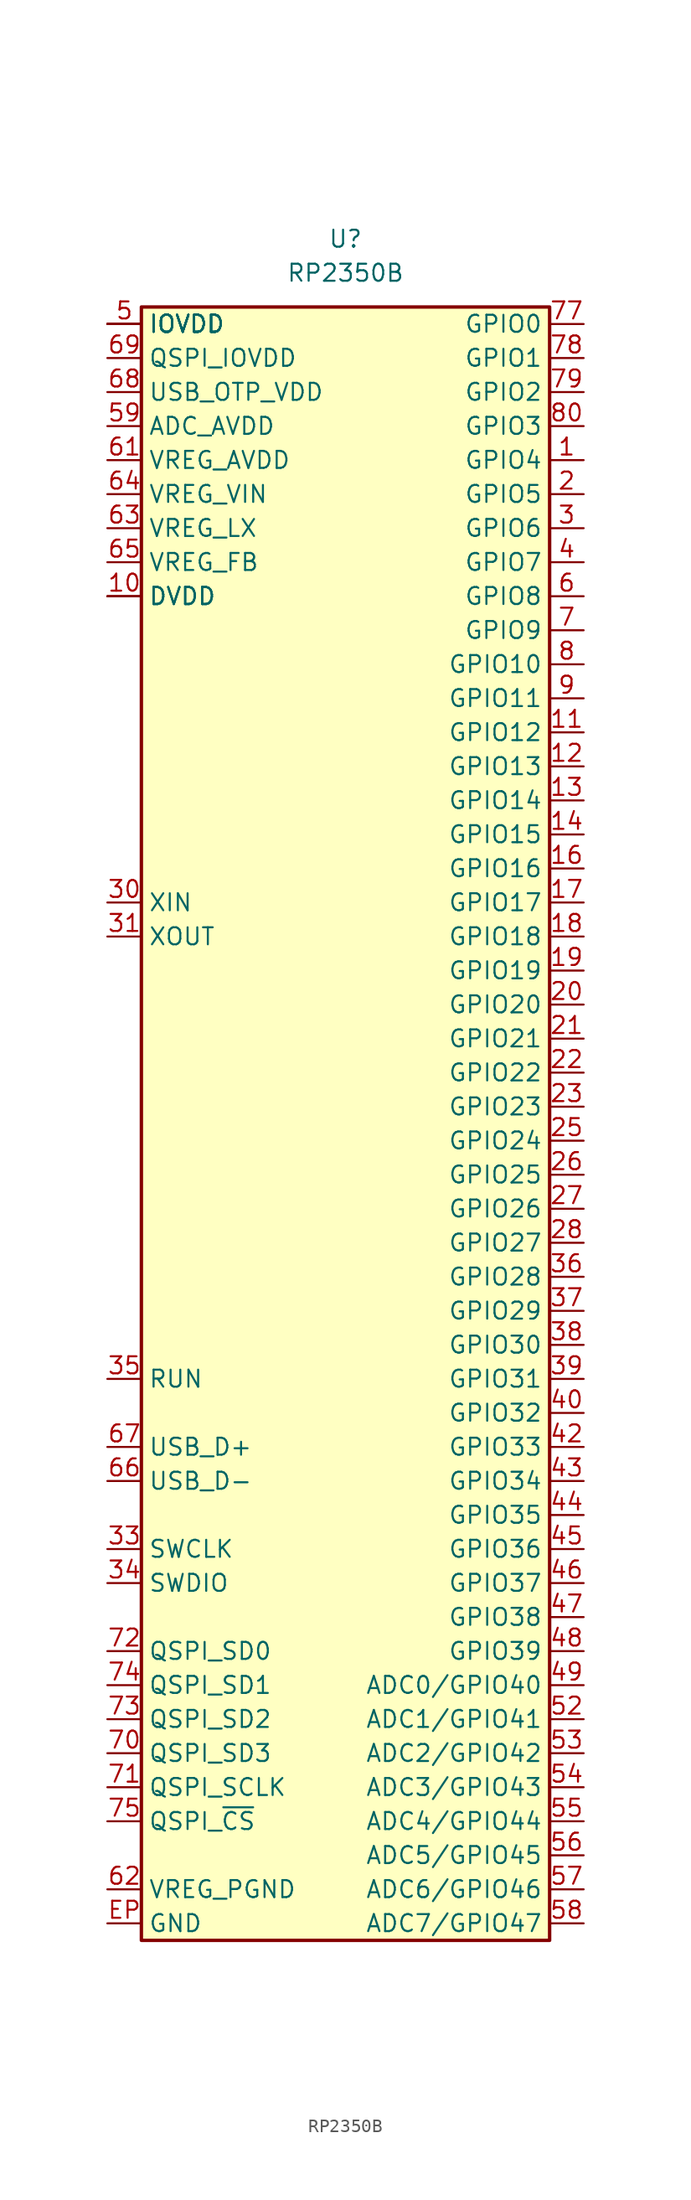
<source format=kicad_sym>
(kicad_symbol_lib
  (version 20241209)
  (generator "kicad_symbol_editor")
  (generator_version "9.0")
  (symbol "RP2350B"
    (property "Reference" "U"
      (at 0 66.04 0)
      (effects (font (size 1.27 1.27))))
    (property "Value" "RP2350B"
      (at 0 63.5 0)
      (effects (font (size 1.27 1.27))))
    (symbol "RP2350B_1_0"
      (pin power_in line (at -17.78 59.69 0) (length 2.54) (name "IOVDD" (effects (font (size 1.27 1.27)))) (number "15" (effects (font (size 0 0)))))
      (pin power_in line (at -17.78 59.69 0) (length 2.54) (name "IOVDD" (effects (font (size 1.27 1.27)))) (number "24" (effects (font (size 0 0)))))
      (pin power_in line (at -17.78 59.69 0) (length 2.54) (name "IOVDD" (effects (font (size 1.27 1.27)))) (number "29" (effects (font (size 0 0)))))
      (pin power_in line (at -17.78 59.69 0) (length 2.54) (name "IOVDD" (effects (font (size 1.27 1.27)))) (number "41" (effects (font (size 0 0)))))
      (pin power_in line (at -17.78 59.69 0) (length 2.54) (name "IOVDD" (effects (font (size 1.27 1.27)))) (number "5" (effects (font (size 1.27 1.27)))))
      (pin power_in line (at -17.78 59.69 0) (length 2.54) (name "IOVDD" (effects (font (size 1.27 1.27)))) (number "50" (effects (font (size 0 0)))))
      (pin power_in line (at -17.78 59.69 0) (length 2.54) (hide yes) (name "IOVDD" (effects (font (size 1.27 1.27)))) (number "60" (effects (font (size 1.27 1.27)))))
      (pin power_in line (at -17.78 59.69 0) (length 2.54) (hide yes) (name "IOVDD" (effects (font (size 1.27 1.27)))) (number "76" (effects (font (size 1.27 1.27)))))
      (pin power_in line (at -17.78 57.15 0) (length 2.54) (name "QSPI_IOVDD" (effects (font (size 1.27 1.27)))) (number "69" (effects (font (size 1.27 1.27)))))
      (pin power_in line (at -17.78 54.61 0) (length 2.54) (name "USB_OTP_VDD" (effects (font (size 1.27 1.27)))) (number "68" (effects (font (size 1.27 1.27)))))
      (pin power_in line (at -17.78 52.07 0) (length 2.54) (name "ADC_AVDD" (effects (font (size 1.27 1.27)))) (number "59" (effects (font (size 1.27 1.27)))))
      (pin power_in line (at -17.78 49.53 0) (length 2.54) (name "VREG_AVDD" (effects (font (size 1.27 1.27)))) (number "61" (effects (font (size 1.27 1.27)))))
      (pin power_in line (at -17.78 46.99 0) (length 2.54) (name "VREG_VIN" (effects (font (size 1.27 1.27)))) (number "64" (effects (font (size 1.27 1.27)))))
      (pin power_out line (at -17.78 44.45 0) (length 2.54) (name "VREG_LX" (effects (font (size 1.27 1.27)))) (number "63" (effects (font (size 1.27 1.27)))))
      (pin input line (at -17.78 41.91 0) (length 2.54) (name "VREG_FB" (effects (font (size 1.27 1.27)))) (number "65" (effects (font (size 1.27 1.27)))))
      (pin power_in line (at -17.78 39.37 0) (length 2.54) (name "DVDD" (effects (font (size 1.27 1.27)))) (number "10" (effects (font (size 1.27 1.27)))))
      (pin power_in line (at -17.78 39.37 0) (length 2.54) (name "DVDD" (effects (font (size 1.27 1.27)))) (number "32" (effects (font (size 0 0)))))
      (pin power_in line (at -17.78 39.37 0) (length 2.54) (name "DVDD" (effects (font (size 1.27 1.27)))) (number "51" (effects (font (size 0 0)))))
      (pin input line (at -17.78 16.51 0) (length 2.54) (name "XIN" (effects (font (size 1.27 1.27)))) (number "30" (effects (font (size 1.27 1.27)))))
      (pin output line (at -17.78 13.97 0) (length 2.54) (name "XOUT" (effects (font (size 1.27 1.27)))) (number "31" (effects (font (size 1.27 1.27)))))
      (pin input line (at -17.78 -19.05 0) (length 2.54) (name "RUN" (effects (font (size 1.27 1.27)))) (number "35" (effects (font (size 1.27 1.27)))))
      (pin bidirectional line (at -17.78 -24.13 0) (length 2.54) (name "USB_D+" (effects (font (size 1.27 1.27)))) (number "67" (effects (font (size 1.27 1.27)))))
      (pin bidirectional line (at -17.78 -26.67 0) (length 2.54) (name "USB_D-" (effects (font (size 1.27 1.27)))) (number "66" (effects (font (size 1.27 1.27)))))
      (pin output line (at -17.78 -31.75 0) (length 2.54) (name "SWCLK" (effects (font (size 1.27 1.27)))) (number "33" (effects (font (size 1.27 1.27)))))
      (pin bidirectional line (at -17.78 -34.29 0) (length 2.54) (name "SWDIO" (effects (font (size 1.27 1.27)))) (number "34" (effects (font (size 1.27 1.27)))))
      (pin bidirectional line (at -17.78 -39.37 0) (length 2.54) (name "QSPI_SD0" (effects (font (size 1.27 1.27)))) (number "72" (effects (font (size 1.27 1.27)))))
      (pin bidirectional line (at -17.78 -41.91 0) (length 2.54) (name "QSPI_SD1" (effects (font (size 1.27 1.27)))) (number "74" (effects (font (size 1.27 1.27)))))
      (pin bidirectional line (at -17.78 -44.45 0) (length 2.54) (name "QSPI_SD2" (effects (font (size 1.27 1.27)))) (number "73" (effects (font (size 1.27 1.27)))))
      (pin bidirectional line (at -17.78 -46.99 0) (length 2.54) (name "QSPI_SD3" (effects (font (size 1.27 1.27)))) (number "70" (effects (font (size 1.27 1.27)))))
      (pin output line (at -17.78 -49.53 0) (length 2.54) (name "QSPI_SCLK" (effects (font (size 1.27 1.27)))) (number "71" (effects (font (size 1.27 1.27)))))
      (pin bidirectional line (at -17.78 -52.07 0) (length 2.54) (name "QSPI_~{CS}" (effects (font (size 1.27 1.27)))) (number "75" (effects (font (size 1.27 1.27)))))
      (pin power_in line (at -17.78 -57.15 0) (length 2.54) (name "VREG_PGND" (effects (font (size 1.27 1.27)))) (number "62" (effects (font (size 1.27 1.27)))))
      (pin power_in line (at -17.78 -59.69 0) (length 2.54) (name "GND" (effects (font (size 1.27 1.27)))) (number "EP" (effects (font (size 1.27 1.27)))))
      (pin bidirectional line (at 17.78 59.69 180) (length 2.54) (name "GPIO0" (effects (font (size 1.27 1.27)))) (number "77" (effects (font (size 1.27 1.27)))))
      (pin bidirectional line (at 17.78 57.15 180) (length 2.54) (name "GPIO1" (effects (font (size 1.27 1.27)))) (number "78" (effects (font (size 1.27 1.27)))))
      (pin bidirectional line (at 17.78 54.61 180) (length 2.54) (name "GPIO2" (effects (font (size 1.27 1.27)))) (number "79" (effects (font (size 1.27 1.27)))))
      (pin bidirectional line (at 17.78 52.07 180) (length 2.54) (name "GPIO3" (effects (font (size 1.27 1.27)))) (number "80" (effects (font (size 1.27 1.27)))))
      (pin bidirectional line (at 17.78 49.53 180) (length 2.54) (name "GPIO4" (effects (font (size 1.27 1.27)))) (number "1" (effects (font (size 1.27 1.27)))))
      (pin bidirectional line (at 17.78 46.99 180) (length 2.54) (name "GPIO5" (effects (font (size 1.27 1.27)))) (number "2" (effects (font (size 1.27 1.27)))))
      (pin bidirectional line (at 17.78 44.45 180) (length 2.54) (name "GPIO6" (effects (font (size 1.27 1.27)))) (number "3" (effects (font (size 1.27 1.27)))))
      (pin bidirectional line (at 17.78 41.91 180) (length 2.54) (name "GPIO7" (effects (font (size 1.27 1.27)))) (number "4" (effects (font (size 1.27 1.27)))))
      (pin bidirectional line (at 17.78 39.37 180) (length 2.54) (name "GPIO8" (effects (font (size 1.27 1.27)))) (number "6" (effects (font (size 1.27 1.27)))))
      (pin bidirectional line (at 17.78 36.83 180) (length 2.54) (name "GPIO9" (effects (font (size 1.27 1.27)))) (number "7" (effects (font (size 1.27 1.27)))))
      (pin bidirectional line (at 17.78 34.29 180) (length 2.54) (name "GPIO10" (effects (font (size 1.27 1.27)))) (number "8" (effects (font (size 1.27 1.27)))))
      (pin bidirectional line (at 17.78 31.75 180) (length 2.54) (name "GPIO11" (effects (font (size 1.27 1.27)))) (number "9" (effects (font (size 1.27 1.27)))))
      (pin bidirectional line (at 17.78 29.21 180) (length 2.54) (name "GPIO12" (effects (font (size 1.27 1.27)))) (number "11" (effects (font (size 1.27 1.27)))))
      (pin bidirectional line (at 17.78 26.67 180) (length 2.54) (name "GPIO13" (effects (font (size 1.27 1.27)))) (number "12" (effects (font (size 1.27 1.27)))))
      (pin bidirectional line (at 17.78 24.13 180) (length 2.54) (name "GPIO14" (effects (font (size 1.27 1.27)))) (number "13" (effects (font (size 1.27 1.27)))))
      (pin bidirectional line (at 17.78 21.59 180) (length 2.54) (name "GPIO15" (effects (font (size 1.27 1.27)))) (number "14" (effects (font (size 1.27 1.27)))))
      (pin bidirectional line (at 17.78 19.05 180) (length 2.54) (name "GPIO16" (effects (font (size 1.27 1.27)))) (number "16" (effects (font (size 1.27 1.27)))))
      (pin bidirectional line (at 17.78 16.51 180) (length 2.54) (name "GPIO17" (effects (font (size 1.27 1.27)))) (number "17" (effects (font (size 1.27 1.27)))))
      (pin bidirectional line (at 17.78 13.97 180) (length 2.54) (name "GPIO18" (effects (font (size 1.27 1.27)))) (number "18" (effects (font (size 1.27 1.27)))))
      (pin bidirectional line (at 17.78 11.43 180) (length 2.54) (name "GPIO19" (effects (font (size 1.27 1.27)))) (number "19" (effects (font (size 1.27 1.27)))))
      (pin bidirectional line (at 17.78 8.89 180) (length 2.54) (name "GPIO20" (effects (font (size 1.27 1.27)))) (number "20" (effects (font (size 1.27 1.27)))))
      (pin bidirectional line (at 17.78 6.35 180) (length 2.54) (name "GPIO21" (effects (font (size 1.27 1.27)))) (number "21" (effects (font (size 1.27 1.27)))))
      (pin bidirectional line (at 17.78 3.81 180) (length 2.54) (name "GPIO22" (effects (font (size 1.27 1.27)))) (number "22" (effects (font (size 1.27 1.27)))))
      (pin bidirectional line (at 17.78 1.27 180) (length 2.54) (name "GPIO23" (effects (font (size 1.27 1.27)))) (number "23" (effects (font (size 1.27 1.27)))))
      (pin bidirectional line (at 17.78 -1.27 180) (length 2.54) (name "GPIO24" (effects (font (size 1.27 1.27)))) (number "25" (effects (font (size 1.27 1.27)))))
      (pin bidirectional line (at 17.78 -3.81 180) (length 2.54) (name "GPIO25" (effects (font (size 1.27 1.27)))) (number "26" (effects (font (size 1.27 1.27)))))
      (pin bidirectional line (at 17.78 -6.35 180) (length 2.54) (name "GPIO26" (effects (font (size 1.27 1.27)))) (number "27" (effects (font (size 1.27 1.27)))))
      (pin bidirectional line (at 17.78 -8.89 180) (length 2.54) (name "GPIO27" (effects (font (size 1.27 1.27)))) (number "28" (effects (font (size 1.27 1.27)))))
      (pin bidirectional line (at 17.78 -11.43 180) (length 2.54) (name "GPIO28" (effects (font (size 1.27 1.27)))) (number "36" (effects (font (size 1.27 1.27)))))
      (pin bidirectional line (at 17.78 -13.97 180) (length 2.54) (name "GPIO29" (effects (font (size 1.27 1.27)))) (number "37" (effects (font (size 1.27 1.27)))))
      (pin bidirectional line (at 17.78 -16.51 180) (length 2.54) (name "GPIO30" (effects (font (size 1.27 1.27)))) (number "38" (effects (font (size 1.27 1.27)))))
      (pin bidirectional line (at 17.78 -19.05 180) (length 2.54) (name "GPIO31" (effects (font (size 1.27 1.27)))) (number "39" (effects (font (size 1.27 1.27)))))
      (pin bidirectional line (at 17.78 -21.59 180) (length 2.54) (name "GPIO32" (effects (font (size 1.27 1.27)))) (number "40" (effects (font (size 1.27 1.27)))))
      (pin bidirectional line (at 17.78 -24.13 180) (length 2.54) (name "GPIO33" (effects (font (size 1.27 1.27)))) (number "42" (effects (font (size 1.27 1.27)))))
      (pin bidirectional line (at 17.78 -26.67 180) (length 2.54) (name "GPIO34" (effects (font (size 1.27 1.27)))) (number "43" (effects (font (size 1.27 1.27)))))
      (pin bidirectional line (at 17.78 -29.21 180) (length 2.54) (name "GPIO35" (effects (font (size 1.27 1.27)))) (number "44" (effects (font (size 1.27 1.27)))))
      (pin bidirectional line (at 17.78 -31.75 180) (length 2.54) (name "GPIO36" (effects (font (size 1.27 1.27)))) (number "45" (effects (font (size 1.27 1.27)))))
      (pin bidirectional line (at 17.78 -34.29 180) (length 2.54) (name "GPIO37" (effects (font (size 1.27 1.27)))) (number "46" (effects (font (size 1.27 1.27)))))
      (pin bidirectional line (at 17.78 -36.83 180) (length 2.54) (name "GPIO38" (effects (font (size 1.27 1.27)))) (number "47" (effects (font (size 1.27 1.27)))))
      (pin bidirectional line (at 17.78 -39.37 180) (length 2.54) (name "GPIO39" (effects (font (size 1.27 1.27)))) (number "48" (effects (font (size 1.27 1.27)))))
      (pin bidirectional line (at 17.78 -41.91 180) (length 2.54) (name "ADC0/GPIO40" (effects (font (size 1.27 1.27)))) (number "49" (effects (font (size 1.27 1.27)))))
      (pin bidirectional line (at 17.78 -44.45 180) (length 2.54) (name "ADC1/GPIO41" (effects (font (size 1.27 1.27)))) (number "52" (effects (font (size 1.27 1.27)))))
      (pin bidirectional line (at 17.78 -46.99 180) (length 2.54) (name "ADC2/GPIO42" (effects (font (size 1.27 1.27)))) (number "53" (effects (font (size 1.27 1.27)))))
      (pin bidirectional line (at 17.78 -49.53 180) (length 2.54) (name "ADC3/GPIO43" (effects (font (size 1.27 1.27)))) (number "54" (effects (font (size 1.27 1.27)))))
      (pin bidirectional line (at 17.78 -52.07 180) (length 2.54) (name "ADC4/GPIO44" (effects (font (size 1.27 1.27)))) (number "55" (effects (font (size 1.27 1.27)))))
      (pin bidirectional line (at 17.78 -54.61 180) (length 2.54) (name "ADC5/GPIO45" (effects (font (size 1.27 1.27)))) (number "56" (effects (font (size 1.27 1.27)))))
      (pin bidirectional line (at 17.78 -57.15 180) (length 2.54) (name "ADC6/GPIO46" (effects (font (size 1.27 1.27)))) (number "57" (effects (font (size 1.27 1.27)))))
      (pin bidirectional line (at 17.78 -59.69 180) (length 2.54) (name "ADC7/GPIO47" (effects (font (size 1.27 1.27)))) (number "58" (effects (font (size 1.27 1.27))))))
    (symbol "RP2350B_1_1"
      (rectangle (start -15.24 60.96) (end 15.24 -60.96) (stroke (width 0.254) (type default)) (fill (type background))))))
</source>
